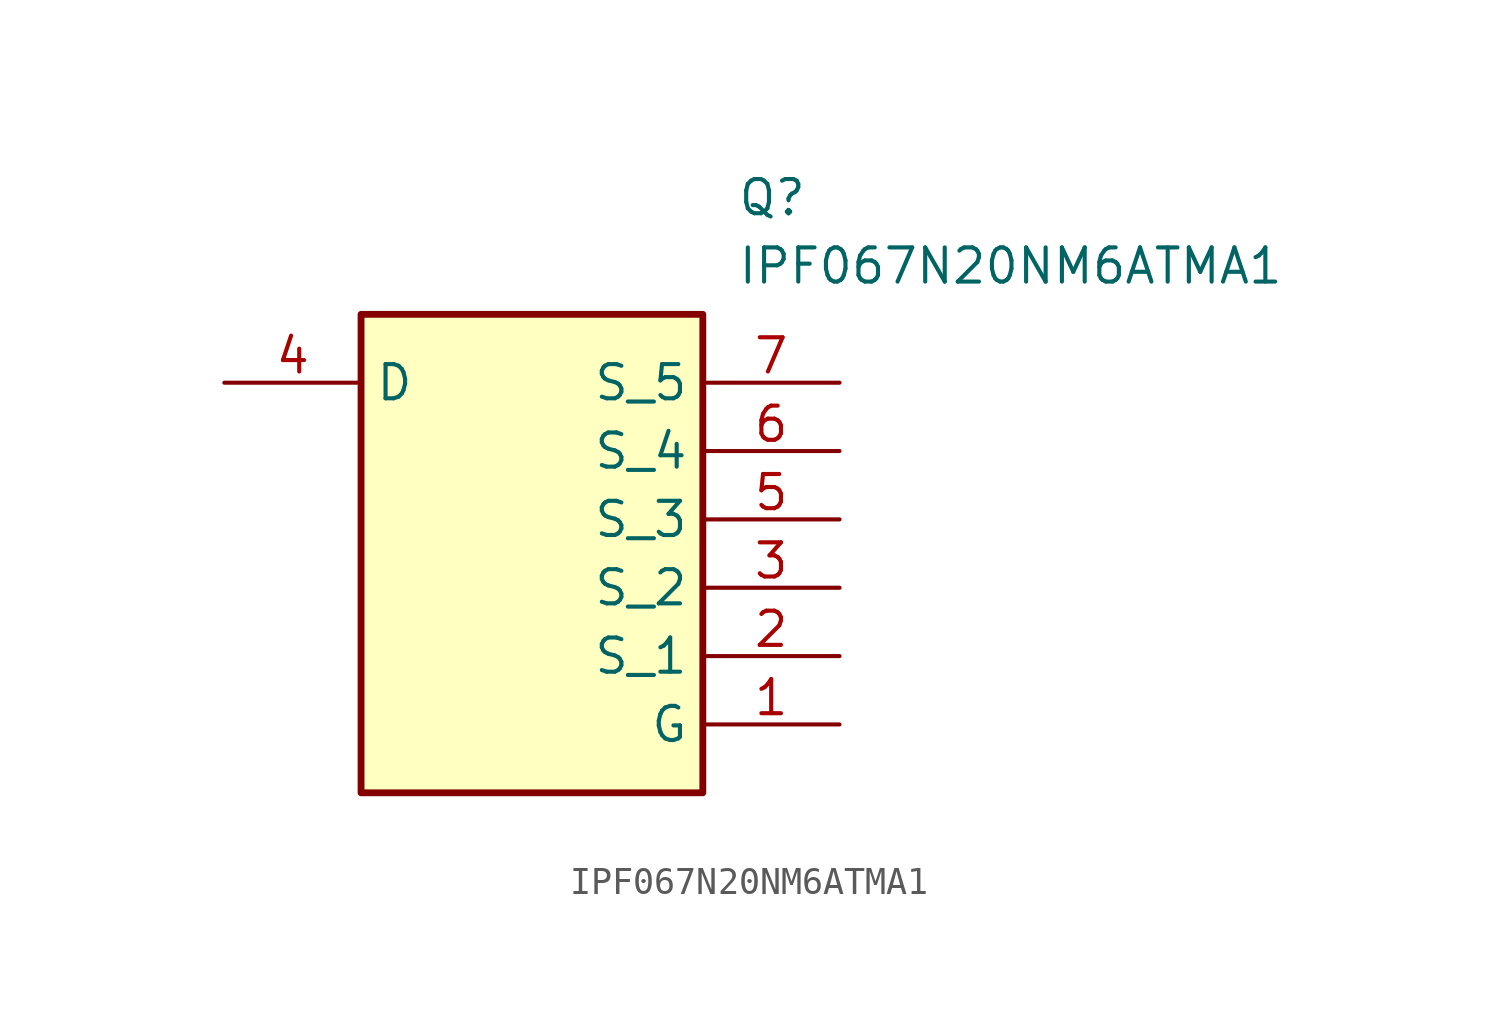
<source format=kicad_sym>
(kicad_symbol_lib
  (version 20211014)
  (generator SamacSys_ECAD_Model)
  (symbol "IPF067N20NM6ATMA1"
    (property "Reference" "Q"
      (at 19.05 7.62 0)
      (effects (font (size 1.27 1.27)) (justify left top)))
    (property "Value" "IPF067N20NM6ATMA1"
      (at 19.05 5.08 0)
      (effects (font (size 1.27 1.27)) (justify left top)))
    (rectangle
      (start 5.08 2.54)
      (end 17.78 -15.24)
      (stroke (width 0.254) (type default))
      (fill (type background)))
    (pin passive line
      (at 22.86 -12.7 180)
      (length 5.08)
      (name "G" (effects (font (size 1.27 1.27))))
      (number "1" (effects (font (size 1.27 1.27)))))
    (pin passive line
      (at 22.86 -10.16 180)
      (length 5.08)
      (name "S_1" (effects (font (size 1.27 1.27))))
      (number "2" (effects (font (size 1.27 1.27)))))
    (pin passive line
      (at 22.86 -7.62 180)
      (length 5.08)
      (name "S_2" (effects (font (size 1.27 1.27))))
      (number "3" (effects (font (size 1.27 1.27)))))
    (pin passive line
      (at 0 0 0)
      (length 5.08)
      (name "D" (effects (font (size 1.27 1.27))))
      (number "4" (effects (font (size 1.27 1.27)))))
    (pin passive line
      (at 22.86 -5.08 180)
      (length 5.08)
      (name "S_3" (effects (font (size 1.27 1.27))))
      (number "5" (effects (font (size 1.27 1.27)))))
    (pin passive line
      (at 22.86 -2.54 180)
      (length 5.08)
      (name "S_4" (effects (font (size 1.27 1.27))))
      (number "6" (effects (font (size 1.27 1.27)))))
    (pin passive line
      (at 22.86 0 180)
      (length 5.08)
      (name "S_5" (effects (font (size 1.27 1.27))))
      (number "7" (effects (font (size 1.27 1.27)))))))
</source>
